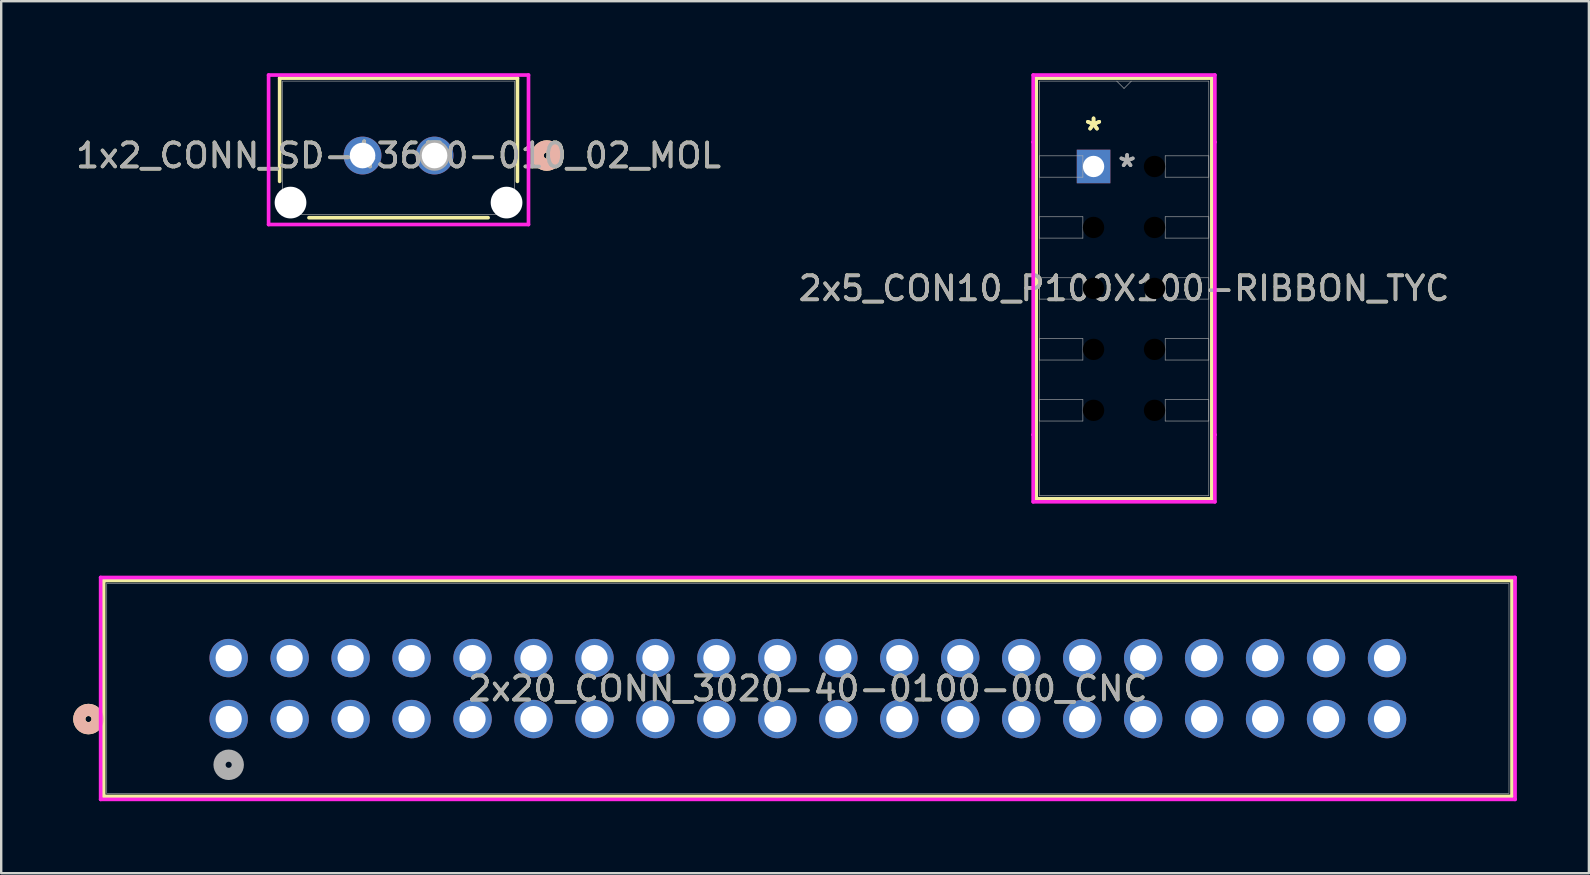
<source format=kicad_pcb>
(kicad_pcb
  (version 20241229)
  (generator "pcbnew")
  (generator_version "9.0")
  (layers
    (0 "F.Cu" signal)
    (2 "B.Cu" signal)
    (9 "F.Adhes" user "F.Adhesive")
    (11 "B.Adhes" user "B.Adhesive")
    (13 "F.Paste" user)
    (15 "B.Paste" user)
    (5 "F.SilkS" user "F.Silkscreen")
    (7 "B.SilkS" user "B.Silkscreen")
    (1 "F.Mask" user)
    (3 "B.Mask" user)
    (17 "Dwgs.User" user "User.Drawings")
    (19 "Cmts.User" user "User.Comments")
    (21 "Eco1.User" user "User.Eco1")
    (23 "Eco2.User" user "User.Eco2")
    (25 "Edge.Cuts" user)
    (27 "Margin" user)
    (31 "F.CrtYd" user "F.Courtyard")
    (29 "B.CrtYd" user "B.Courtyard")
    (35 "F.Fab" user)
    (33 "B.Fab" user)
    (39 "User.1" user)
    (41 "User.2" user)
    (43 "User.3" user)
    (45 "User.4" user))
  (footprint "2x20_CONN_3020-40-0100-00_CNC"
    (layer "F.Cu")
    (at 6.477 26.908)
    (property "Reference" "2x20_CONN_3020-40-0100-00_CNC" (at 24.13 -1.27 0) (unlocked yes) (layer "F.SilkS") (effects (font (size 1 1) (thickness 0.15))))
    (attr through_hole)
    (fp_line (start -5.207 -5.772) (end -5.207 3.22) (stroke (width 0.152) (type solid)) (layer "F.SilkS"))
    (fp_line (start -5.207 3.22) (end 53.467 3.22) (stroke (width 0.152) (type solid)) (layer "F.SilkS"))
    (fp_line (start 53.467 -5.772) (end -5.207 -5.772) (stroke (width 0.152) (type solid)) (layer "F.SilkS"))
    (fp_line (start 53.467 3.22) (end 53.467 -5.772) (stroke (width 0.152) (type solid)) (layer "F.SilkS"))
    (fp_circle (center -5.842 0) (end -5.461 0) (stroke (width 0.508) (type solid)) (fill no) (layer "F.SilkS"))
    (fp_circle (center -5.842 0) (end -5.461 0) (stroke (width 0.508) (type solid)) (fill no) (layer "B.SilkS"))
    (fp_line (start -5.334 -5.899) (end -5.334 3.347) (stroke (width 0.152) (type solid)) (layer "F.CrtYd"))
    (fp_line (start -5.334 3.347) (end 53.594 3.347) (stroke (width 0.152) (type solid)) (layer "F.CrtYd"))
    (fp_line (start 53.594 -5.899) (end -5.334 -5.899) (stroke (width 0.152) (type solid)) (layer "F.CrtYd"))
    (fp_line (start 53.594 3.347) (end 53.594 -5.899) (stroke (width 0.152) (type solid)) (layer "F.CrtYd"))
    (fp_line (start -5.08 -5.645) (end -5.08 3.093) (stroke (width 0.025) (type solid)) (layer "F.Fab"))
    (fp_line (start -5.08 3.093) (end 53.34 3.093) (stroke (width 0.025) (type solid)) (layer "F.Fab"))
    (fp_line (start 53.34 -5.645) (end -5.08 -5.645) (stroke (width 0.025) (type solid)) (layer "F.Fab"))
    (fp_line (start 53.34 3.093) (end 53.34 -5.645) (stroke (width 0.025) (type solid)) (layer "F.Fab"))
    (fp_circle (center 0 1.905) (end 0.381 1.905) (stroke (width 0.508) (type solid)) (fill no) (layer "F.Fab"))
    (fp_text user "${REFERENCE}" (at 24.13 -1.27 0) (unlocked yes) (layer "F.Fab") (effects (font (size 1 1) (thickness 0.15))))
    (pad "1" thru_hole circle (at 0 0) (size 1.6 1.6) (drill 1.092) (layers "*.Cu" "*.Mask"))
    (pad "2" thru_hole circle (at 0 -2.54) (size 1.6 1.6) (drill 1.092) (layers "*.Cu" "*.Mask"))
    (pad "3" thru_hole circle (at 2.54 0) (size 1.6 1.6) (drill 1.092) (layers "*.Cu" "*.Mask"))
    (pad "4" thru_hole circle (at 2.54 -2.54) (size 1.6 1.6) (drill 1.092) (layers "*.Cu" "*.Mask"))
    (pad "5" thru_hole circle (at 5.08 0) (size 1.6 1.6) (drill 1.092) (layers "*.Cu" "*.Mask"))
    (pad "6" thru_hole circle (at 5.08 -2.54) (size 1.6 1.6) (drill 1.092) (layers "*.Cu" "*.Mask"))
    (pad "7" thru_hole circle (at 7.62 0) (size 1.6 1.6) (drill 1.092) (layers "*.Cu" "*.Mask"))
    (pad "8" thru_hole circle (at 7.62 -2.54) (size 1.6 1.6) (drill 1.092) (layers "*.Cu" "*.Mask"))
    (pad "9" thru_hole circle (at 10.16 0) (size 1.6 1.6) (drill 1.092) (layers "*.Cu" "*.Mask"))
    (pad "10" thru_hole circle (at 10.16 -2.54) (size 1.6 1.6) (drill 1.092) (layers "*.Cu" "*.Mask"))
    (pad "11" thru_hole circle (at 12.7 0) (size 1.6 1.6) (drill 1.092) (layers "*.Cu" "*.Mask"))
    (pad "12" thru_hole circle (at 12.7 -2.54) (size 1.6 1.6) (drill 1.092) (layers "*.Cu" "*.Mask"))
    (pad "13" thru_hole circle (at 15.24 0) (size 1.6 1.6) (drill 1.092) (layers "*.Cu" "*.Mask"))
    (pad "14" thru_hole circle (at 15.24 -2.54) (size 1.6 1.6) (drill 1.092) (layers "*.Cu" "*.Mask"))
    (pad "15" thru_hole circle (at 17.78 0) (size 1.6 1.6) (drill 1.092) (layers "*.Cu" "*.Mask"))
    (pad "16" thru_hole circle (at 17.78 -2.54) (size 1.6 1.6) (drill 1.092) (layers "*.Cu" "*.Mask"))
    (pad "17" thru_hole circle (at 20.32 0) (size 1.6 1.6) (drill 1.092) (layers "*.Cu" "*.Mask"))
    (pad "18" thru_hole circle (at 20.32 -2.54) (size 1.6 1.6) (drill 1.092) (layers "*.Cu" "*.Mask"))
    (pad "19" thru_hole circle (at 22.86 0) (size 1.6 1.6) (drill 1.092) (layers "*.Cu" "*.Mask"))
    (pad "20" thru_hole circle (at 22.86 -2.54) (size 1.6 1.6) (drill 1.092) (layers "*.Cu" "*.Mask"))
    (pad "21" thru_hole circle (at 25.4 0) (size 1.6 1.6) (drill 1.092) (layers "*.Cu" "*.Mask"))
    (pad "22" thru_hole circle (at 25.4 -2.54) (size 1.6 1.6) (drill 1.092) (layers "*.Cu" "*.Mask"))
    (pad "23" thru_hole circle (at 27.94 0) (size 1.6 1.6) (drill 1.092) (layers "*.Cu" "*.Mask"))
    (pad "24" thru_hole circle (at 27.94 -2.54) (size 1.6 1.6) (drill 1.092) (layers "*.Cu" "*.Mask"))
    (pad "25" thru_hole circle (at 30.48 0) (size 1.6 1.6) (drill 1.092) (layers "*.Cu" "*.Mask"))
    (pad "26" thru_hole circle (at 30.48 -2.54) (size 1.6 1.6) (drill 1.092) (layers "*.Cu" "*.Mask"))
    (pad "27" thru_hole circle (at 33.02 0) (size 1.6 1.6) (drill 1.092) (layers "*.Cu" "*.Mask"))
    (pad "28" thru_hole circle (at 33.02 -2.54) (size 1.6 1.6) (drill 1.092) (layers "*.Cu" "*.Mask"))
    (pad "29" thru_hole circle (at 35.56 0) (size 1.6 1.6) (drill 1.092) (layers "*.Cu" "*.Mask"))
    (pad "30" thru_hole circle (at 35.56 -2.54) (size 1.6 1.6) (drill 1.092) (layers "*.Cu" "*.Mask"))
    (pad "31" thru_hole circle (at 38.1 0) (size 1.6 1.6) (drill 1.092) (layers "*.Cu" "*.Mask"))
    (pad "32" thru_hole circle (at 38.1 -2.54) (size 1.6 1.6) (drill 1.092) (layers "*.Cu" "*.Mask"))
    (pad "33" thru_hole circle (at 40.64 0) (size 1.6 1.6) (drill 1.092) (layers "*.Cu" "*.Mask"))
    (pad "34" thru_hole circle (at 40.64 -2.54) (size 1.6 1.6) (drill 1.092) (layers "*.Cu" "*.Mask"))
    (pad "35" thru_hole circle (at 43.18 0) (size 1.6 1.6) (drill 1.092) (layers "*.Cu" "*.Mask"))
    (pad "36" thru_hole circle (at 43.18 -2.54) (size 1.6 1.6) (drill 1.092) (layers "*.Cu" "*.Mask"))
    (pad "37" thru_hole circle (at 45.72 0) (size 1.6 1.6) (drill 1.092) (layers "*.Cu" "*.Mask"))
    (pad "38" thru_hole circle (at 45.72 -2.54) (size 1.6 1.6) (drill 1.092) (layers "*.Cu" "*.Mask"))
    (pad "39" thru_hole circle (at 48.26 0) (size 1.6 1.6) (drill 1.092) (layers "*.Cu" "*.Mask"))
    (pad "40" thru_hole circle (at 48.26 -2.54) (size 1.6 1.6) (drill 1.092) (layers "*.Cu" "*.Mask")))
  (footprint "1x2_CONN_SD-43650-010_02_MOL"
    (layer "F.Cu")
    (at 15.054 3.43)
    (property "Reference" "1x2_CONN_SD-43650-010_02_MOL" (at -1.5 0 0) (unlocked yes) (layer "F.SilkS") (effects (font (size 1 1) (thickness 0.15))))
    (attr through_hole)
    (fp_line (start -6.453 -3.227) (end -6.453 1.076) (stroke (width 0.152) (type solid)) (layer "F.SilkS"))
    (fp_line (start -5.232 2.59) (end 2.232 2.59) (stroke (width 0.152) (type solid)) (layer "F.SilkS"))
    (fp_line (start 3.453 -3.227) (end -6.453 -3.227) (stroke (width 0.152) (type solid)) (layer "F.SilkS"))
    (fp_line (start 3.453 1.076) (end 3.453 -3.227) (stroke (width 0.152) (type solid)) (layer "F.SilkS"))
    (fp_circle (center 4.676 0) (end 5.057 0) (stroke (width 0.508) (type solid)) (fill no) (layer "F.SilkS"))
    (fp_circle (center 4.676 0) (end 5.057 0) (stroke (width 0.508) (type solid)) (fill no) (layer "B.SilkS"))
    (fp_line (start -6.914 -3.354) (end -6.914 2.874) (stroke (width 0.152) (type solid)) (layer "F.CrtYd"))
    (fp_line (start -6.914 2.874) (end 3.914 2.874) (stroke (width 0.152) (type solid)) (layer "F.CrtYd"))
    (fp_line (start 3.914 -3.354) (end -6.914 -3.354) (stroke (width 0.152) (type solid)) (layer "F.CrtYd"))
    (fp_line (start 3.914 2.874) (end 3.914 -3.354) (stroke (width 0.152) (type solid)) (layer "F.CrtYd"))
    (fp_line (start -6.326 -3.1) (end -6.326 2.463) (stroke (width 0.025) (type solid)) (layer "F.Fab"))
    (fp_line (start -6.326 2.463) (end 3.326 2.463) (stroke (width 0.025) (type solid)) (layer "F.Fab"))
    (fp_line (start 3.326 -3.1) (end -6.326 -3.1) (stroke (width 0.025) (type solid)) (layer "F.Fab"))
    (fp_line (start 3.326 2.463) (end 3.326 -3.1) (stroke (width 0.025) (type solid)) (layer "F.Fab"))
    (fp_circle (center 0 0) (end 0.381 0) (stroke (width 0.508) (type solid)) (fill no) (layer "F.Fab"))
    (fp_text user "${REFERENCE}" (at -1.5 0 0) (unlocked yes) (layer "F.Fab") (effects (font (size 1 1) (thickness 0.15))))
    (pad "" np_thru_hole circle (at -6 1.96) (size 1.321 1.321) (drill 1.321) (layers "*.Cu" "*.Mask"))
    (pad "" np_thru_hole circle (at 3 1.96) (size 1.321 1.321) (drill 1.321) (layers "*.Cu" "*.Mask"))
    (pad "1" thru_hole circle (at 0 0) (size 1.575 1.575) (drill 1.067) (layers "*.Cu" "*.Mask"))
    (pad "2" thru_hole circle (at -3 0) (size 1.575 1.575) (drill 1.067) (layers "*.Cu" "*.Mask")))
  (footprint "2x5_CON10_P100X100-RIBBON_TYC"
    (layer "F.Cu")
    (at 42.51 3.886)
    (property "Reference" "2x5_CON10_P100X100-RIBBON_TYC" (at 1.27 5.08 0) (unlocked yes) (layer "F.SilkS") (effects (font (size 1 1) (thickness 0.15))))
    (attr through_hole)
    (fp_line (start -2.388 -3.683) (end -2.388 13.843) (stroke (width 0.152) (type solid)) (layer "F.SilkS"))
    (fp_line (start -2.388 13.843) (end 4.928 13.843) (stroke (width 0.152) (type solid)) (layer "F.SilkS"))
    (fp_line (start 4.928 -3.683) (end -2.388 -3.683) (stroke (width 0.152) (type solid)) (layer "F.SilkS"))
    (fp_line (start 4.928 13.843) (end 4.928 -3.683) (stroke (width 0.152) (type solid)) (layer "F.SilkS"))
    (fp_line (start -2.515 -3.81) (end 5.055 -3.81) (stroke (width 0.152) (type solid)) (layer "F.CrtYd"))
    (fp_line (start -2.515 -1.016) (end -2.515 -3.81) (stroke (width 0.152) (type solid)) (layer "F.CrtYd"))
    (fp_line (start -2.515 -1.016) (end -2.515 -1.016) (stroke (width 0.152) (type solid)) (layer "F.CrtYd"))
    (fp_line (start -2.515 11.176) (end -2.515 -1.016) (stroke (width 0.152) (type solid)) (layer "F.CrtYd"))
    (fp_line (start -2.515 11.176) (end -2.515 11.176) (stroke (width 0.152) (type solid)) (layer "F.CrtYd"))
    (fp_line (start -2.515 13.97) (end -2.515 11.176) (stroke (width 0.152) (type solid)) (layer "F.CrtYd"))
    (fp_line (start 5.055 -3.81) (end 5.055 -1.016) (stroke (width 0.152) (type solid)) (layer "F.CrtYd"))
    (fp_line (start 5.055 -1.016) (end 5.055 -1.016) (stroke (width 0.152) (type solid)) (layer "F.CrtYd"))
    (fp_line (start 5.055 -1.016) (end 5.055 11.176) (stroke (width 0.152) (type solid)) (layer "F.CrtYd"))
    (fp_line (start 5.055 11.176) (end 5.055 11.176) (stroke (width 0.152) (type solid)) (layer "F.CrtYd"))
    (fp_line (start 5.055 11.176) (end 5.055 13.97) (stroke (width 0.152) (type solid)) (layer "F.CrtYd"))
    (fp_line (start 5.055 13.97) (end -2.515 13.97) (stroke (width 0.152) (type solid)) (layer "F.CrtYd"))
    (fp_line (start -2.261 -3.556) (end -2.261 13.716) (stroke (width 0.025) (type solid)) (layer "F.Fab"))
    (fp_line (start -2.261 -0.445) (end -0.445 -0.445) (stroke (width 0.025) (type solid)) (layer "F.Fab"))
    (fp_line (start -2.261 0.445) (end -2.261 -0.445) (stroke (width 0.025) (type solid)) (layer "F.Fab"))
    (fp_line (start -2.261 2.095) (end -0.445 2.095) (stroke (width 0.025) (type solid)) (layer "F.Fab"))
    (fp_line (start -2.261 2.985) (end -2.261 2.095) (stroke (width 0.025) (type solid)) (layer "F.Fab"))
    (fp_line (start -2.261 4.636) (end -0.445 4.636) (stroke (width 0.025) (type solid)) (layer "F.Fab"))
    (fp_line (start -2.261 5.524) (end -2.261 4.636) (stroke (width 0.025) (type solid)) (layer "F.Fab"))
    (fp_line (start -2.261 7.176) (end -0.445 7.176) (stroke (width 0.025) (type solid)) (layer "F.Fab"))
    (fp_line (start -2.261 8.065) (end -2.261 7.176) (stroke (width 0.025) (type solid)) (layer "F.Fab"))
    (fp_line (start -2.261 9.716) (end -0.445 9.716) (stroke (width 0.025) (type solid)) (layer "F.Fab"))
    (fp_line (start -2.261 10.604) (end -2.261 9.716) (stroke (width 0.025) (type solid)) (layer "F.Fab"))
    (fp_line (start -2.261 13.716) (end 4.801 13.716) (stroke (width 0.025) (type solid)) (layer "F.Fab"))
    (fp_line (start -0.445 -0.445) (end -0.445 0.445) (stroke (width 0.025) (type solid)) (layer "F.Fab"))
    (fp_line (start -0.445 0.445) (end -2.261 0.445) (stroke (width 0.025) (type solid)) (layer "F.Fab"))
    (fp_line (start -0.445 2.095) (end -0.445 2.985) (stroke (width 0.025) (type solid)) (layer "F.Fab"))
    (fp_line (start -0.445 2.985) (end -2.261 2.985) (stroke (width 0.025) (type solid)) (layer "F.Fab"))
    (fp_line (start -0.445 4.636) (end -0.445 5.524) (stroke (width 0.025) (type solid)) (layer "F.Fab"))
    (fp_line (start -0.445 5.524) (end -2.261 5.524) (stroke (width 0.025) (type solid)) (layer "F.Fab"))
    (fp_line (start -0.445 7.176) (end -0.445 8.065) (stroke (width 0.025) (type solid)) (layer "F.Fab"))
    (fp_line (start -0.445 8.065) (end -2.261 8.065) (stroke (width 0.025) (type solid)) (layer "F.Fab"))
    (fp_line (start -0.445 9.716) (end -0.445 10.604) (stroke (width 0.025) (type solid)) (layer "F.Fab"))
    (fp_line (start -0.445 10.604) (end -2.261 10.604) (stroke (width 0.025) (type solid)) (layer "F.Fab"))
    (fp_line (start 0.965 -3.556) (end 1.27 -3.251) (stroke (width 0.025) (type solid)) (layer "F.Fab"))
    (fp_line (start 1.27 -3.251) (end 1.575 -3.556) (stroke (width 0.025) (type solid)) (layer "F.Fab"))
    (fp_line (start 2.985 -0.445) (end 4.801 -0.445) (stroke (width 0.025) (type solid)) (layer "F.Fab"))
    (fp_line (start 2.985 0.445) (end 2.985 -0.445) (stroke (width 0.025) (type solid)) (layer "F.Fab"))
    (fp_line (start 2.985 2.095) (end 4.801 2.095) (stroke (width 0.025) (type solid)) (layer "F.Fab"))
    (fp_line (start 2.985 2.985) (end 2.985 2.095) (stroke (width 0.025) (type solid)) (layer "F.Fab"))
    (fp_line (start 2.985 4.636) (end 4.801 4.636) (stroke (width 0.025) (type solid)) (layer "F.Fab"))
    (fp_line (start 2.985 5.524) (end 2.985 4.636) (stroke (width 0.025) (type solid)) (layer "F.Fab"))
    (fp_line (start 2.985 7.176) (end 4.801 7.176) (stroke (width 0.025) (type solid)) (layer "F.Fab"))
    (fp_line (start 2.985 8.065) (end 2.985 7.176) (stroke (width 0.025) (type solid)) (layer "F.Fab"))
    (fp_line (start 2.985 9.716) (end 4.801 9.716) (stroke (width 0.025) (type solid)) (layer "F.Fab"))
    (fp_line (start 2.985 10.604) (end 2.985 9.716) (stroke (width 0.025) (type solid)) (layer "F.Fab"))
    (fp_line (start 4.801 -3.556) (end -2.261 -3.556) (stroke (width 0.025) (type solid)) (layer "F.Fab"))
    (fp_line (start 4.801 -0.445) (end 4.801 0.445) (stroke (width 0.025) (type solid)) (layer "F.Fab"))
    (fp_line (start 4.801 0.445) (end 2.985 0.445) (stroke (width 0.025) (type solid)) (layer "F.Fab"))
    (fp_line (start 4.801 2.095) (end 4.801 2.985) (stroke (width 0.025) (type solid)) (layer "F.Fab"))
    (fp_line (start 4.801 2.985) (end 2.985 2.985) (stroke (width 0.025) (type solid)) (layer "F.Fab"))
    (fp_line (start 4.801 4.636) (end 4.801 5.524) (stroke (width 0.025) (type solid)) (layer "F.Fab"))
    (fp_line (start 4.801 5.524) (end 2.985 5.524) (stroke (width 0.025) (type solid)) (layer "F.Fab"))
    (fp_line (start 4.801 7.176) (end 4.801 8.065) (stroke (width 0.025) (type solid)) (layer "F.Fab"))
    (fp_line (start 4.801 8.065) (end 2.985 8.065) (stroke (width 0.025) (type solid)) (layer "F.Fab"))
    (fp_line (start 4.801 9.716) (end 4.801 10.604) (stroke (width 0.025) (type solid)) (layer "F.Fab"))
    (fp_line (start 4.801 10.604) (end 2.985 10.604) (stroke (width 0.025) (type solid)) (layer "F.Fab"))
    (fp_line (start 4.801 13.716) (end 4.801 -3.556) (stroke (width 0.025) (type solid)) (layer "F.Fab"))
    (fp_text user "*" (at 0 -1.46 0) (unlocked yes) (layer "F.SilkS") (effects (font (size 1 1) (thickness 0.15))))
    (fp_text user "*" (at 0 -1.46 0) (layer "F.SilkS") (effects (font (size 1 1) (thickness 0.15))))
    (fp_text user "${REFERENCE}" (at 1.27 5.08 0) (unlocked yes) (layer "F.Fab") (effects (font (size 1 1) (thickness 0.15))))
    (fp_text user "*" (at 1.397 0.064 0) (layer "F.Fab") (effects (font (size 1 1) (thickness 0.15))))
    (fp_text user "*" (at 1.397 0.064 0) (unlocked yes) (layer "F.Fab") (effects (font (size 1 1) (thickness 0.15))))
    (pad "" np_thru_hole circle (at 0 2.54) (size 1.397 1.397) (drill 0.889) (layers))
    (pad "" np_thru_hole circle (at 0 5.08) (size 1.397 1.397) (drill 0.889) (layers))
    (pad "" np_thru_hole circle (at 0 7.62) (size 1.397 1.397) (drill 0.889) (layers))
    (pad "" np_thru_hole circle (at 0 10.16) (size 1.397 1.397) (drill 0.889) (layers))
    (pad "" np_thru_hole circle (at 2.54 0) (size 1.397 1.397) (drill 0.889) (layers))
    (pad "" np_thru_hole circle (at 2.54 2.54) (size 1.397 1.397) (drill 0.889) (layers))
    (pad "" np_thru_hole circle (at 2.54 5.08) (size 1.397 1.397) (drill 0.889) (layers))
    (pad "" np_thru_hole circle (at 2.54 7.62) (size 1.397 1.397) (drill 0.889) (layers))
    (pad "" np_thru_hole circle (at 2.54 10.16) (size 1.397 1.397) (drill 0.889) (layers))
    (pad "1" thru_hole rect (at 0 0) (size 1.397 1.397) (drill 0.889) (layers "*.Cu" "*.Mask")))
  (gr_rect
    (start -3 -3)
    (end 63.147 33.33)
    (stroke (width 0.1) (type default))
    (fill no)
    (layer "Edge.Cuts")))
</source>
